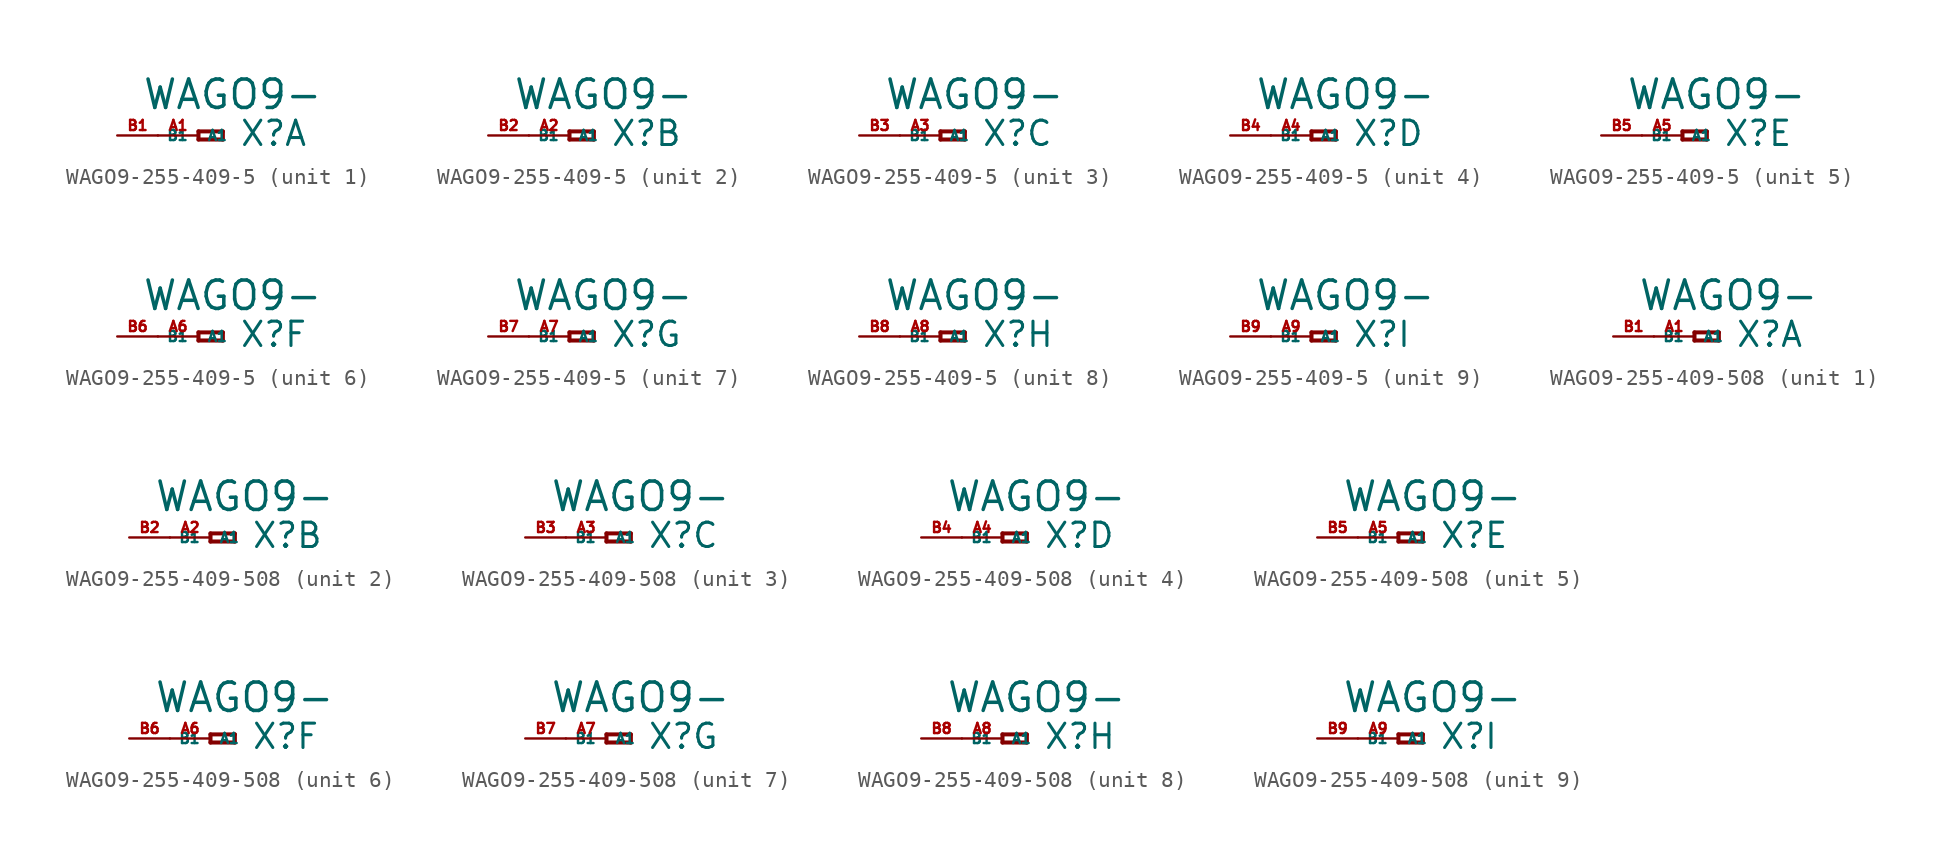
<source format=kicad_sym>
(kicad_symbol_lib
  (version 20220914)
  (generator Eagle2Kicad)
  (symbol "WAGO9-255-409-5"
    (property "Reference" "X"
      (at 2.54 -0.762 0)
      (effects (font (size 1.524 1.524) (thickness 0.19)) (justify left bottom)))
    (property "Value" "WAGO9-"
      (at -3.556 1.524 0)
      (effects (font (size 1.778 1.778) (thickness 0.22)) (justify left bottom)))
    (symbol "WAGO9-255-409-5_1_0"
      (polyline (pts (xy 0 0.254) (xy 0 -0.254)) (stroke (width 0.254) (type default)) (fill (type none)))
      (polyline (pts (xy 0 -0.254) (xy 1.524 -0.254)) (stroke (width 0.254) (type default)) (fill (type none)))
      (polyline (pts (xy 1.524 -0.254) (xy 1.524 0.254)) (stroke (width 0.254) (type default)) (fill (type none)))
      (polyline (pts (xy 1.524 0.254) (xy 0 0.254)) (stroke (width 0.254) (type default)) (fill (type none)))
      (pin passive line (at -2.54 0 0) (length 2.54) (name "A1" (effects (font (size 0.635 0.635) (thickness 0.08)) (justify left bottom))) (number "A1" (effects (font (size 0.635 0.635) (thickness 0.08)) (justify left bottom))))
      (pin passive line (at -5.08 0 0) (length 2.54) (name "B1" (effects (font (size 0.635 0.635) (thickness 0.08)) (justify left bottom))) (number "B1" (effects (font (size 0.635 0.635) (thickness 0.08)) (justify left bottom)))))
    (symbol "WAGO9-255-409-5_2_0"
      (polyline (pts (xy 0 0.254) (xy 0 -0.254)) (stroke (width 0.254) (type default)) (fill (type none)))
      (polyline (pts (xy 0 -0.254) (xy 1.524 -0.254)) (stroke (width 0.254) (type default)) (fill (type none)))
      (polyline (pts (xy 1.524 -0.254) (xy 1.524 0.254)) (stroke (width 0.254) (type default)) (fill (type none)))
      (polyline (pts (xy 1.524 0.254) (xy 0 0.254)) (stroke (width 0.254) (type default)) (fill (type none)))
      (pin passive line (at -2.54 0 0) (length 2.54) (name "A1" (effects (font (size 0.635 0.635) (thickness 0.08)) (justify left bottom))) (number "A2" (effects (font (size 0.635 0.635) (thickness 0.08)) (justify left bottom))))
      (pin passive line (at -5.08 0 0) (length 2.54) (name "B1" (effects (font (size 0.635 0.635) (thickness 0.08)) (justify left bottom))) (number "B2" (effects (font (size 0.635 0.635) (thickness 0.08)) (justify left bottom)))))
    (symbol "WAGO9-255-409-5_3_0"
      (polyline (pts (xy 0 0.254) (xy 0 -0.254)) (stroke (width 0.254) (type default)) (fill (type none)))
      (polyline (pts (xy 0 -0.254) (xy 1.524 -0.254)) (stroke (width 0.254) (type default)) (fill (type none)))
      (polyline (pts (xy 1.524 -0.254) (xy 1.524 0.254)) (stroke (width 0.254) (type default)) (fill (type none)))
      (polyline (pts (xy 1.524 0.254) (xy 0 0.254)) (stroke (width 0.254) (type default)) (fill (type none)))
      (pin passive line (at -2.54 0 0) (length 2.54) (name "A1" (effects (font (size 0.635 0.635) (thickness 0.08)) (justify left bottom))) (number "A3" (effects (font (size 0.635 0.635) (thickness 0.08)) (justify left bottom))))
      (pin passive line (at -5.08 0 0) (length 2.54) (name "B1" (effects (font (size 0.635 0.635) (thickness 0.08)) (justify left bottom))) (number "B3" (effects (font (size 0.635 0.635) (thickness 0.08)) (justify left bottom)))))
    (symbol "WAGO9-255-409-5_4_0"
      (polyline (pts (xy 0 0.254) (xy 0 -0.254)) (stroke (width 0.254) (type default)) (fill (type none)))
      (polyline (pts (xy 0 -0.254) (xy 1.524 -0.254)) (stroke (width 0.254) (type default)) (fill (type none)))
      (polyline (pts (xy 1.524 -0.254) (xy 1.524 0.254)) (stroke (width 0.254) (type default)) (fill (type none)))
      (polyline (pts (xy 1.524 0.254) (xy 0 0.254)) (stroke (width 0.254) (type default)) (fill (type none)))
      (pin passive line (at -2.54 0 0) (length 2.54) (name "A1" (effects (font (size 0.635 0.635) (thickness 0.08)) (justify left bottom))) (number "A4" (effects (font (size 0.635 0.635) (thickness 0.08)) (justify left bottom))))
      (pin passive line (at -5.08 0 0) (length 2.54) (name "B1" (effects (font (size 0.635 0.635) (thickness 0.08)) (justify left bottom))) (number "B4" (effects (font (size 0.635 0.635) (thickness 0.08)) (justify left bottom)))))
    (symbol "WAGO9-255-409-5_5_0"
      (polyline (pts (xy 0 0.254) (xy 0 -0.254)) (stroke (width 0.254) (type default)) (fill (type none)))
      (polyline (pts (xy 0 -0.254) (xy 1.524 -0.254)) (stroke (width 0.254) (type default)) (fill (type none)))
      (polyline (pts (xy 1.524 -0.254) (xy 1.524 0.254)) (stroke (width 0.254) (type default)) (fill (type none)))
      (polyline (pts (xy 1.524 0.254) (xy 0 0.254)) (stroke (width 0.254) (type default)) (fill (type none)))
      (pin passive line (at -2.54 0 0) (length 2.54) (name "A1" (effects (font (size 0.635 0.635) (thickness 0.08)) (justify left bottom))) (number "A5" (effects (font (size 0.635 0.635) (thickness 0.08)) (justify left bottom))))
      (pin passive line (at -5.08 0 0) (length 2.54) (name "B1" (effects (font (size 0.635 0.635) (thickness 0.08)) (justify left bottom))) (number "B5" (effects (font (size 0.635 0.635) (thickness 0.08)) (justify left bottom)))))
    (symbol "WAGO9-255-409-5_6_0"
      (polyline (pts (xy 0 0.254) (xy 0 -0.254)) (stroke (width 0.254) (type default)) (fill (type none)))
      (polyline (pts (xy 0 -0.254) (xy 1.524 -0.254)) (stroke (width 0.254) (type default)) (fill (type none)))
      (polyline (pts (xy 1.524 -0.254) (xy 1.524 0.254)) (stroke (width 0.254) (type default)) (fill (type none)))
      (polyline (pts (xy 1.524 0.254) (xy 0 0.254)) (stroke (width 0.254) (type default)) (fill (type none)))
      (pin passive line (at -2.54 0 0) (length 2.54) (name "A1" (effects (font (size 0.635 0.635) (thickness 0.08)) (justify left bottom))) (number "A6" (effects (font (size 0.635 0.635) (thickness 0.08)) (justify left bottom))))
      (pin passive line (at -5.08 0 0) (length 2.54) (name "B1" (effects (font (size 0.635 0.635) (thickness 0.08)) (justify left bottom))) (number "B6" (effects (font (size 0.635 0.635) (thickness 0.08)) (justify left bottom)))))
    (symbol "WAGO9-255-409-5_7_0"
      (polyline (pts (xy 0 0.254) (xy 0 -0.254)) (stroke (width 0.254) (type default)) (fill (type none)))
      (polyline (pts (xy 0 -0.254) (xy 1.524 -0.254)) (stroke (width 0.254) (type default)) (fill (type none)))
      (polyline (pts (xy 1.524 -0.254) (xy 1.524 0.254)) (stroke (width 0.254) (type default)) (fill (type none)))
      (polyline (pts (xy 1.524 0.254) (xy 0 0.254)) (stroke (width 0.254) (type default)) (fill (type none)))
      (pin passive line (at -2.54 0 0) (length 2.54) (name "A1" (effects (font (size 0.635 0.635) (thickness 0.08)) (justify left bottom))) (number "A7" (effects (font (size 0.635 0.635) (thickness 0.08)) (justify left bottom))))
      (pin passive line (at -5.08 0 0) (length 2.54) (name "B1" (effects (font (size 0.635 0.635) (thickness 0.08)) (justify left bottom))) (number "B7" (effects (font (size 0.635 0.635) (thickness 0.08)) (justify left bottom)))))
    (symbol "WAGO9-255-409-5_8_0"
      (polyline (pts (xy 0 0.254) (xy 0 -0.254)) (stroke (width 0.254) (type default)) (fill (type none)))
      (polyline (pts (xy 0 -0.254) (xy 1.524 -0.254)) (stroke (width 0.254) (type default)) (fill (type none)))
      (polyline (pts (xy 1.524 -0.254) (xy 1.524 0.254)) (stroke (width 0.254) (type default)) (fill (type none)))
      (polyline (pts (xy 1.524 0.254) (xy 0 0.254)) (stroke (width 0.254) (type default)) (fill (type none)))
      (pin passive line (at -2.54 0 0) (length 2.54) (name "A1" (effects (font (size 0.635 0.635) (thickness 0.08)) (justify left bottom))) (number "A8" (effects (font (size 0.635 0.635) (thickness 0.08)) (justify left bottom))))
      (pin passive line (at -5.08 0 0) (length 2.54) (name "B1" (effects (font (size 0.635 0.635) (thickness 0.08)) (justify left bottom))) (number "B8" (effects (font (size 0.635 0.635) (thickness 0.08)) (justify left bottom)))))
    (symbol "WAGO9-255-409-5_9_0"
      (polyline (pts (xy 0 0.254) (xy 0 -0.254)) (stroke (width 0.254) (type default)) (fill (type none)))
      (polyline (pts (xy 0 -0.254) (xy 1.524 -0.254)) (stroke (width 0.254) (type default)) (fill (type none)))
      (polyline (pts (xy 1.524 -0.254) (xy 1.524 0.254)) (stroke (width 0.254) (type default)) (fill (type none)))
      (polyline (pts (xy 1.524 0.254) (xy 0 0.254)) (stroke (width 0.254) (type default)) (fill (type none)))
      (pin passive line (at -2.54 0 0) (length 2.54) (name "A1" (effects (font (size 0.635 0.635) (thickness 0.08)) (justify left bottom))) (number "A9" (effects (font (size 0.635 0.635) (thickness 0.08)) (justify left bottom))))
      (pin passive line (at -5.08 0 0) (length 2.54) (name "B1" (effects (font (size 0.635 0.635) (thickness 0.08)) (justify left bottom))) (number "B9" (effects (font (size 0.635 0.635) (thickness 0.08)) (justify left bottom))))))
  (symbol "WAGO9-255-409-508"
    (property "Reference" "X"
      (at 2.54 -0.762 0)
      (effects (font (size 1.524 1.524) (thickness 0.19)) (justify left bottom)))
    (property "Value" "WAGO9-"
      (at -3.556 1.524 0)
      (effects (font (size 1.778 1.778) (thickness 0.22)) (justify left bottom)))
    (symbol "WAGO9-255-409-508_1_0"
      (polyline (pts (xy 0 0.254) (xy 0 -0.254)) (stroke (width 0.254) (type default)) (fill (type none)))
      (polyline (pts (xy 0 -0.254) (xy 1.524 -0.254)) (stroke (width 0.254) (type default)) (fill (type none)))
      (polyline (pts (xy 1.524 -0.254) (xy 1.524 0.254)) (stroke (width 0.254) (type default)) (fill (type none)))
      (polyline (pts (xy 1.524 0.254) (xy 0 0.254)) (stroke (width 0.254) (type default)) (fill (type none)))
      (pin passive line (at -2.54 0 0) (length 2.54) (name "A1" (effects (font (size 0.635 0.635) (thickness 0.08)) (justify left bottom))) (number "A1" (effects (font (size 0.635 0.635) (thickness 0.08)) (justify left bottom))))
      (pin passive line (at -5.08 0 0) (length 2.54) (name "B1" (effects (font (size 0.635 0.635) (thickness 0.08)) (justify left bottom))) (number "B1" (effects (font (size 0.635 0.635) (thickness 0.08)) (justify left bottom)))))
    (symbol "WAGO9-255-409-508_2_0"
      (polyline (pts (xy 0 0.254) (xy 0 -0.254)) (stroke (width 0.254) (type default)) (fill (type none)))
      (polyline (pts (xy 0 -0.254) (xy 1.524 -0.254)) (stroke (width 0.254) (type default)) (fill (type none)))
      (polyline (pts (xy 1.524 -0.254) (xy 1.524 0.254)) (stroke (width 0.254) (type default)) (fill (type none)))
      (polyline (pts (xy 1.524 0.254) (xy 0 0.254)) (stroke (width 0.254) (type default)) (fill (type none)))
      (pin passive line (at -2.54 0 0) (length 2.54) (name "A1" (effects (font (size 0.635 0.635) (thickness 0.08)) (justify left bottom))) (number "A2" (effects (font (size 0.635 0.635) (thickness 0.08)) (justify left bottom))))
      (pin passive line (at -5.08 0 0) (length 2.54) (name "B1" (effects (font (size 0.635 0.635) (thickness 0.08)) (justify left bottom))) (number "B2" (effects (font (size 0.635 0.635) (thickness 0.08)) (justify left bottom)))))
    (symbol "WAGO9-255-409-508_3_0"
      (polyline (pts (xy 0 0.254) (xy 0 -0.254)) (stroke (width 0.254) (type default)) (fill (type none)))
      (polyline (pts (xy 0 -0.254) (xy 1.524 -0.254)) (stroke (width 0.254) (type default)) (fill (type none)))
      (polyline (pts (xy 1.524 -0.254) (xy 1.524 0.254)) (stroke (width 0.254) (type default)) (fill (type none)))
      (polyline (pts (xy 1.524 0.254) (xy 0 0.254)) (stroke (width 0.254) (type default)) (fill (type none)))
      (pin passive line (at -2.54 0 0) (length 2.54) (name "A1" (effects (font (size 0.635 0.635) (thickness 0.08)) (justify left bottom))) (number "A3" (effects (font (size 0.635 0.635) (thickness 0.08)) (justify left bottom))))
      (pin passive line (at -5.08 0 0) (length 2.54) (name "B1" (effects (font (size 0.635 0.635) (thickness 0.08)) (justify left bottom))) (number "B3" (effects (font (size 0.635 0.635) (thickness 0.08)) (justify left bottom)))))
    (symbol "WAGO9-255-409-508_4_0"
      (polyline (pts (xy 0 0.254) (xy 0 -0.254)) (stroke (width 0.254) (type default)) (fill (type none)))
      (polyline (pts (xy 0 -0.254) (xy 1.524 -0.254)) (stroke (width 0.254) (type default)) (fill (type none)))
      (polyline (pts (xy 1.524 -0.254) (xy 1.524 0.254)) (stroke (width 0.254) (type default)) (fill (type none)))
      (polyline (pts (xy 1.524 0.254) (xy 0 0.254)) (stroke (width 0.254) (type default)) (fill (type none)))
      (pin passive line (at -2.54 0 0) (length 2.54) (name "A1" (effects (font (size 0.635 0.635) (thickness 0.08)) (justify left bottom))) (number "A4" (effects (font (size 0.635 0.635) (thickness 0.08)) (justify left bottom))))
      (pin passive line (at -5.08 0 0) (length 2.54) (name "B1" (effects (font (size 0.635 0.635) (thickness 0.08)) (justify left bottom))) (number "B4" (effects (font (size 0.635 0.635) (thickness 0.08)) (justify left bottom)))))
    (symbol "WAGO9-255-409-508_5_0"
      (polyline (pts (xy 0 0.254) (xy 0 -0.254)) (stroke (width 0.254) (type default)) (fill (type none)))
      (polyline (pts (xy 0 -0.254) (xy 1.524 -0.254)) (stroke (width 0.254) (type default)) (fill (type none)))
      (polyline (pts (xy 1.524 -0.254) (xy 1.524 0.254)) (stroke (width 0.254) (type default)) (fill (type none)))
      (polyline (pts (xy 1.524 0.254) (xy 0 0.254)) (stroke (width 0.254) (type default)) (fill (type none)))
      (pin passive line (at -2.54 0 0) (length 2.54) (name "A1" (effects (font (size 0.635 0.635) (thickness 0.08)) (justify left bottom))) (number "A5" (effects (font (size 0.635 0.635) (thickness 0.08)) (justify left bottom))))
      (pin passive line (at -5.08 0 0) (length 2.54) (name "B1" (effects (font (size 0.635 0.635) (thickness 0.08)) (justify left bottom))) (number "B5" (effects (font (size 0.635 0.635) (thickness 0.08)) (justify left bottom)))))
    (symbol "WAGO9-255-409-508_6_0"
      (polyline (pts (xy 0 0.254) (xy 0 -0.254)) (stroke (width 0.254) (type default)) (fill (type none)))
      (polyline (pts (xy 0 -0.254) (xy 1.524 -0.254)) (stroke (width 0.254) (type default)) (fill (type none)))
      (polyline (pts (xy 1.524 -0.254) (xy 1.524 0.254)) (stroke (width 0.254) (type default)) (fill (type none)))
      (polyline (pts (xy 1.524 0.254) (xy 0 0.254)) (stroke (width 0.254) (type default)) (fill (type none)))
      (pin passive line (at -2.54 0 0) (length 2.54) (name "A1" (effects (font (size 0.635 0.635) (thickness 0.08)) (justify left bottom))) (number "A6" (effects (font (size 0.635 0.635) (thickness 0.08)) (justify left bottom))))
      (pin passive line (at -5.08 0 0) (length 2.54) (name "B1" (effects (font (size 0.635 0.635) (thickness 0.08)) (justify left bottom))) (number "B6" (effects (font (size 0.635 0.635) (thickness 0.08)) (justify left bottom)))))
    (symbol "WAGO9-255-409-508_7_0"
      (polyline (pts (xy 0 0.254) (xy 0 -0.254)) (stroke (width 0.254) (type default)) (fill (type none)))
      (polyline (pts (xy 0 -0.254) (xy 1.524 -0.254)) (stroke (width 0.254) (type default)) (fill (type none)))
      (polyline (pts (xy 1.524 -0.254) (xy 1.524 0.254)) (stroke (width 0.254) (type default)) (fill (type none)))
      (polyline (pts (xy 1.524 0.254) (xy 0 0.254)) (stroke (width 0.254) (type default)) (fill (type none)))
      (pin passive line (at -2.54 0 0) (length 2.54) (name "A1" (effects (font (size 0.635 0.635) (thickness 0.08)) (justify left bottom))) (number "A7" (effects (font (size 0.635 0.635) (thickness 0.08)) (justify left bottom))))
      (pin passive line (at -5.08 0 0) (length 2.54) (name "B1" (effects (font (size 0.635 0.635) (thickness 0.08)) (justify left bottom))) (number "B7" (effects (font (size 0.635 0.635) (thickness 0.08)) (justify left bottom)))))
    (symbol "WAGO9-255-409-508_8_0"
      (polyline (pts (xy 0 0.254) (xy 0 -0.254)) (stroke (width 0.254) (type default)) (fill (type none)))
      (polyline (pts (xy 0 -0.254) (xy 1.524 -0.254)) (stroke (width 0.254) (type default)) (fill (type none)))
      (polyline (pts (xy 1.524 -0.254) (xy 1.524 0.254)) (stroke (width 0.254) (type default)) (fill (type none)))
      (polyline (pts (xy 1.524 0.254) (xy 0 0.254)) (stroke (width 0.254) (type default)) (fill (type none)))
      (pin passive line (at -2.54 0 0) (length 2.54) (name "A1" (effects (font (size 0.635 0.635) (thickness 0.08)) (justify left bottom))) (number "A8" (effects (font (size 0.635 0.635) (thickness 0.08)) (justify left bottom))))
      (pin passive line (at -5.08 0 0) (length 2.54) (name "B1" (effects (font (size 0.635 0.635) (thickness 0.08)) (justify left bottom))) (number "B8" (effects (font (size 0.635 0.635) (thickness 0.08)) (justify left bottom)))))
    (symbol "WAGO9-255-409-508_9_0"
      (polyline (pts (xy 0 0.254) (xy 0 -0.254)) (stroke (width 0.254) (type default)) (fill (type none)))
      (polyline (pts (xy 0 -0.254) (xy 1.524 -0.254)) (stroke (width 0.254) (type default)) (fill (type none)))
      (polyline (pts (xy 1.524 -0.254) (xy 1.524 0.254)) (stroke (width 0.254) (type default)) (fill (type none)))
      (polyline (pts (xy 1.524 0.254) (xy 0 0.254)) (stroke (width 0.254) (type default)) (fill (type none)))
      (pin passive line (at -2.54 0 0) (length 2.54) (name "A1" (effects (font (size 0.635 0.635) (thickness 0.08)) (justify left bottom))) (number "A9" (effects (font (size 0.635 0.635) (thickness 0.08)) (justify left bottom))))
      (pin passive line (at -5.08 0 0) (length 2.54) (name "B1" (effects (font (size 0.635 0.635) (thickness 0.08)) (justify left bottom))) (number "B9" (effects (font (size 0.635 0.635) (thickness 0.08)) (justify left bottom)))))))
</source>
